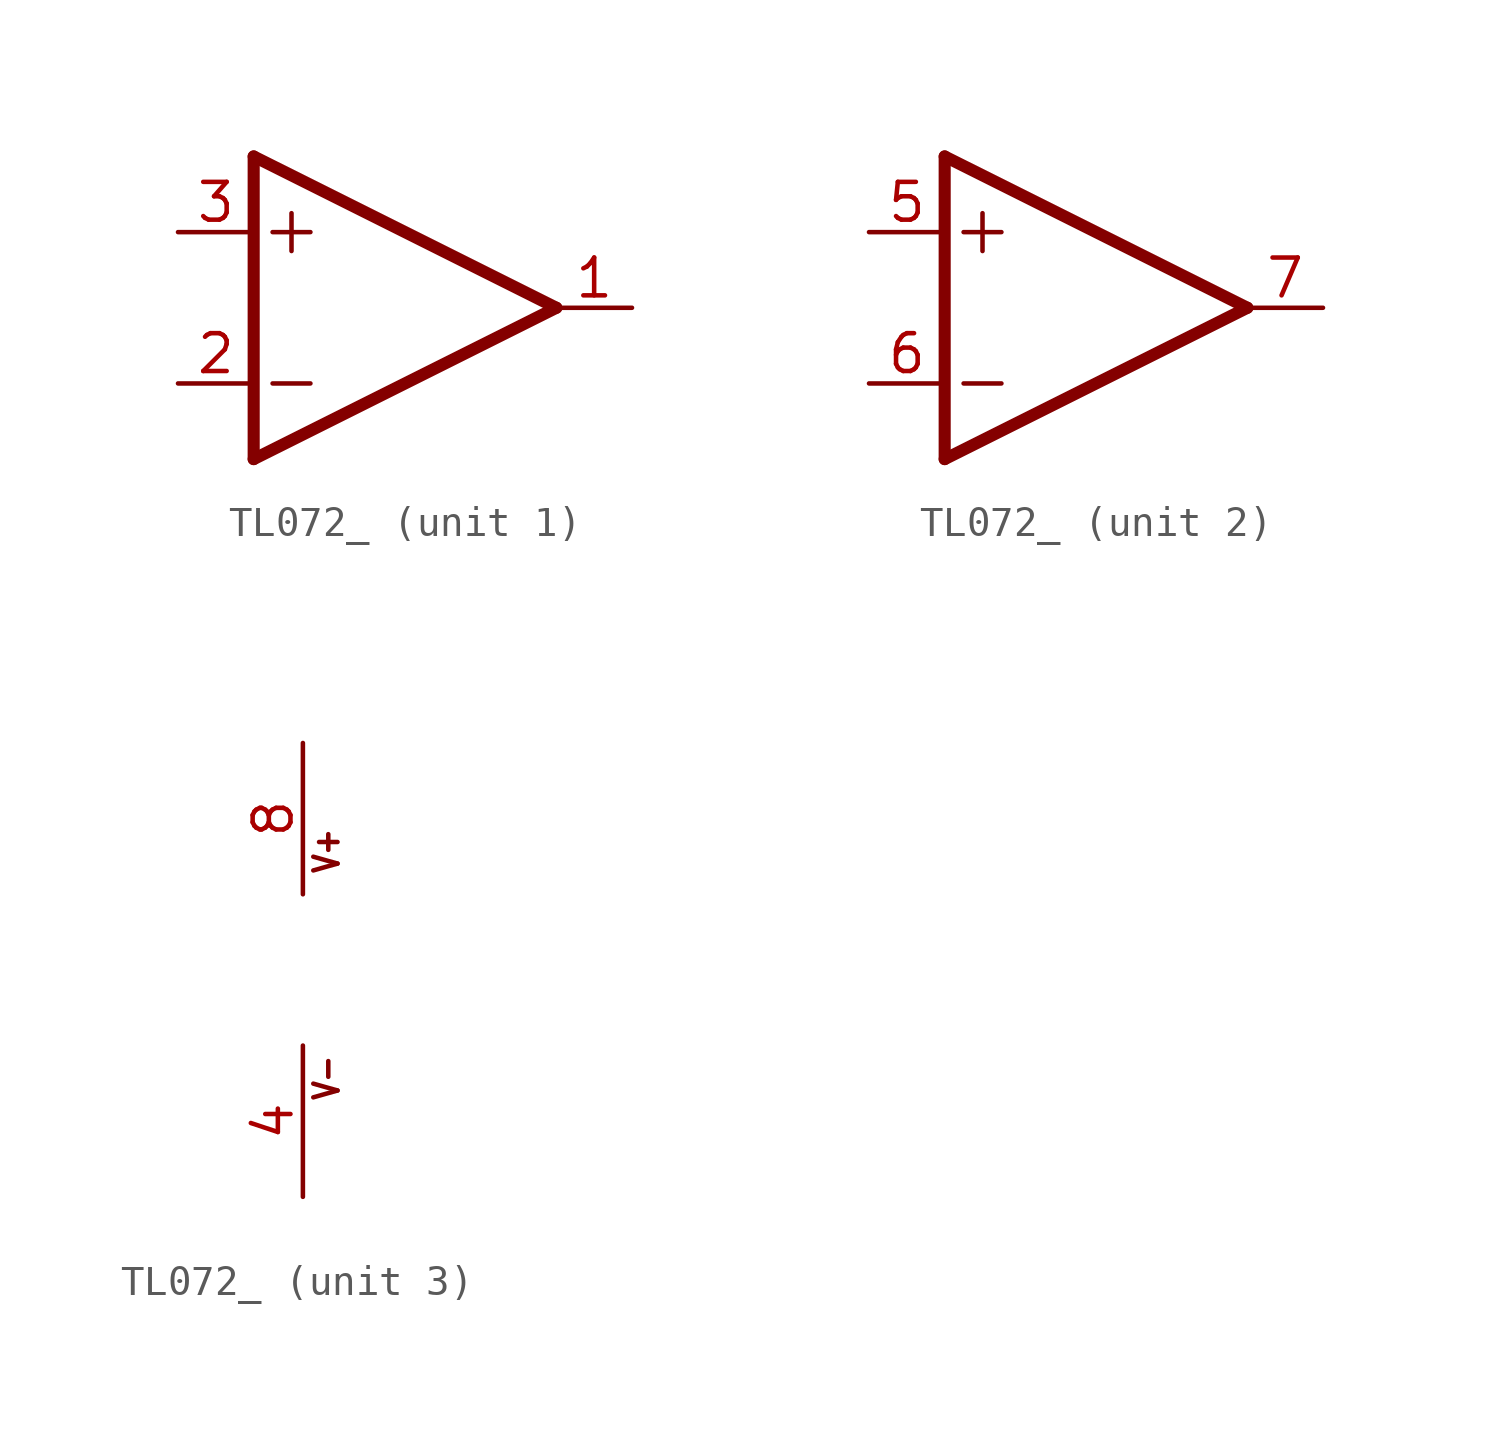
<source format=kicad_sym>
(kicad_symbol_lib
  (version 20220914)
  (generator kicad_symbol_editor)
  (symbol "TL072_"
    (property "Reference" "U"
      (at 2.54 3.175 0)
      (effects (font (size 1.778 1.511)) (justify left bottom) hide))
    (property "ki_locked" ""
      (at 0 0 0)
      (effects (font (size 1.27 1.27))))
    (symbol "TL072__1_0"
      (polyline (pts (xy -5.08 -5.08) (xy 5.08 0)) (stroke (width 0.406) (type solid)) (fill (type none)))
      (polyline (pts (xy -5.08 5.08) (xy -5.08 -5.08)) (stroke (width 0.406) (type solid)) (fill (type none)))
      (polyline (pts (xy -4.445 -2.54) (xy -3.175 -2.54)) (stroke (width 0.152) (type solid)) (fill (type none)))
      (polyline (pts (xy -4.445 2.54) (xy -3.175 2.54)) (stroke (width 0.152) (type solid)) (fill (type none)))
      (polyline (pts (xy -3.81 3.175) (xy -3.81 1.905)) (stroke (width 0.152) (type solid)) (fill (type none)))
      (polyline (pts (xy 5.08 0) (xy -5.08 5.08)) (stroke (width 0.406) (type solid)) (fill (type none)))
      (pin output line (at 7.62 0 180) (length 2.54) (name "OUT" (effects (font (size 0 0)))) (number "1" (effects (font (size 1.27 1.27)))))
      (pin input line (at -7.62 -2.54 0) (length 2.54) (name "-IN" (effects (font (size 0 0)))) (number "2" (effects (font (size 1.27 1.27)))))
      (pin input line (at -7.62 2.54 0) (length 2.54) (name "+IN" (effects (font (size 0 0)))) (number "3" (effects (font (size 1.27 1.27))))))
    (symbol "TL072__2_0"
      (polyline (pts (xy -5.08 -5.08) (xy 5.08 0)) (stroke (width 0.406) (type solid)) (fill (type none)))
      (polyline (pts (xy -5.08 5.08) (xy -5.08 -5.08)) (stroke (width 0.406) (type solid)) (fill (type none)))
      (polyline (pts (xy -4.445 -2.54) (xy -3.175 -2.54)) (stroke (width 0.152) (type solid)) (fill (type none)))
      (polyline (pts (xy -4.445 2.54) (xy -3.175 2.54)) (stroke (width 0.152) (type solid)) (fill (type none)))
      (polyline (pts (xy -3.81 3.175) (xy -3.81 1.905)) (stroke (width 0.152) (type solid)) (fill (type none)))
      (polyline (pts (xy 5.08 0) (xy -5.08 5.08)) (stroke (width 0.406) (type solid)) (fill (type none)))
      (pin input line (at -7.62 2.54 0) (length 2.54) (name "+IN" (effects (font (size 0 0)))) (number "5" (effects (font (size 1.27 1.27)))))
      (pin input line (at -7.62 -2.54 0) (length 2.54) (name "-IN" (effects (font (size 0 0)))) (number "6" (effects (font (size 1.27 1.27)))))
      (pin output line (at 7.62 0 180) (length 2.54) (name "OUT" (effects (font (size 0 0)))) (number "7" (effects (font (size 1.27 1.27))))))
    (symbol "TL072__3_0"
      (text "V+" (at 1.27 3.175 900) (effects (font (size 0.813 0.691)) (justify left bottom)))
      (text "V-" (at 1.27 -4.445 900) (effects (font (size 0.813 0.691)) (justify left bottom)))
      (pin power_in line (at 0 -7.62 90) (length 5.08) (name "V-" (effects (font (size 0 0)))) (number "4" (effects (font (size 1.27 1.27)))))
      (pin power_in line (at 0 7.62 270) (length 5.08) (name "V+" (effects (font (size 0 0)))) (number "8" (effects (font (size 1.27 1.27))))))))
</source>
